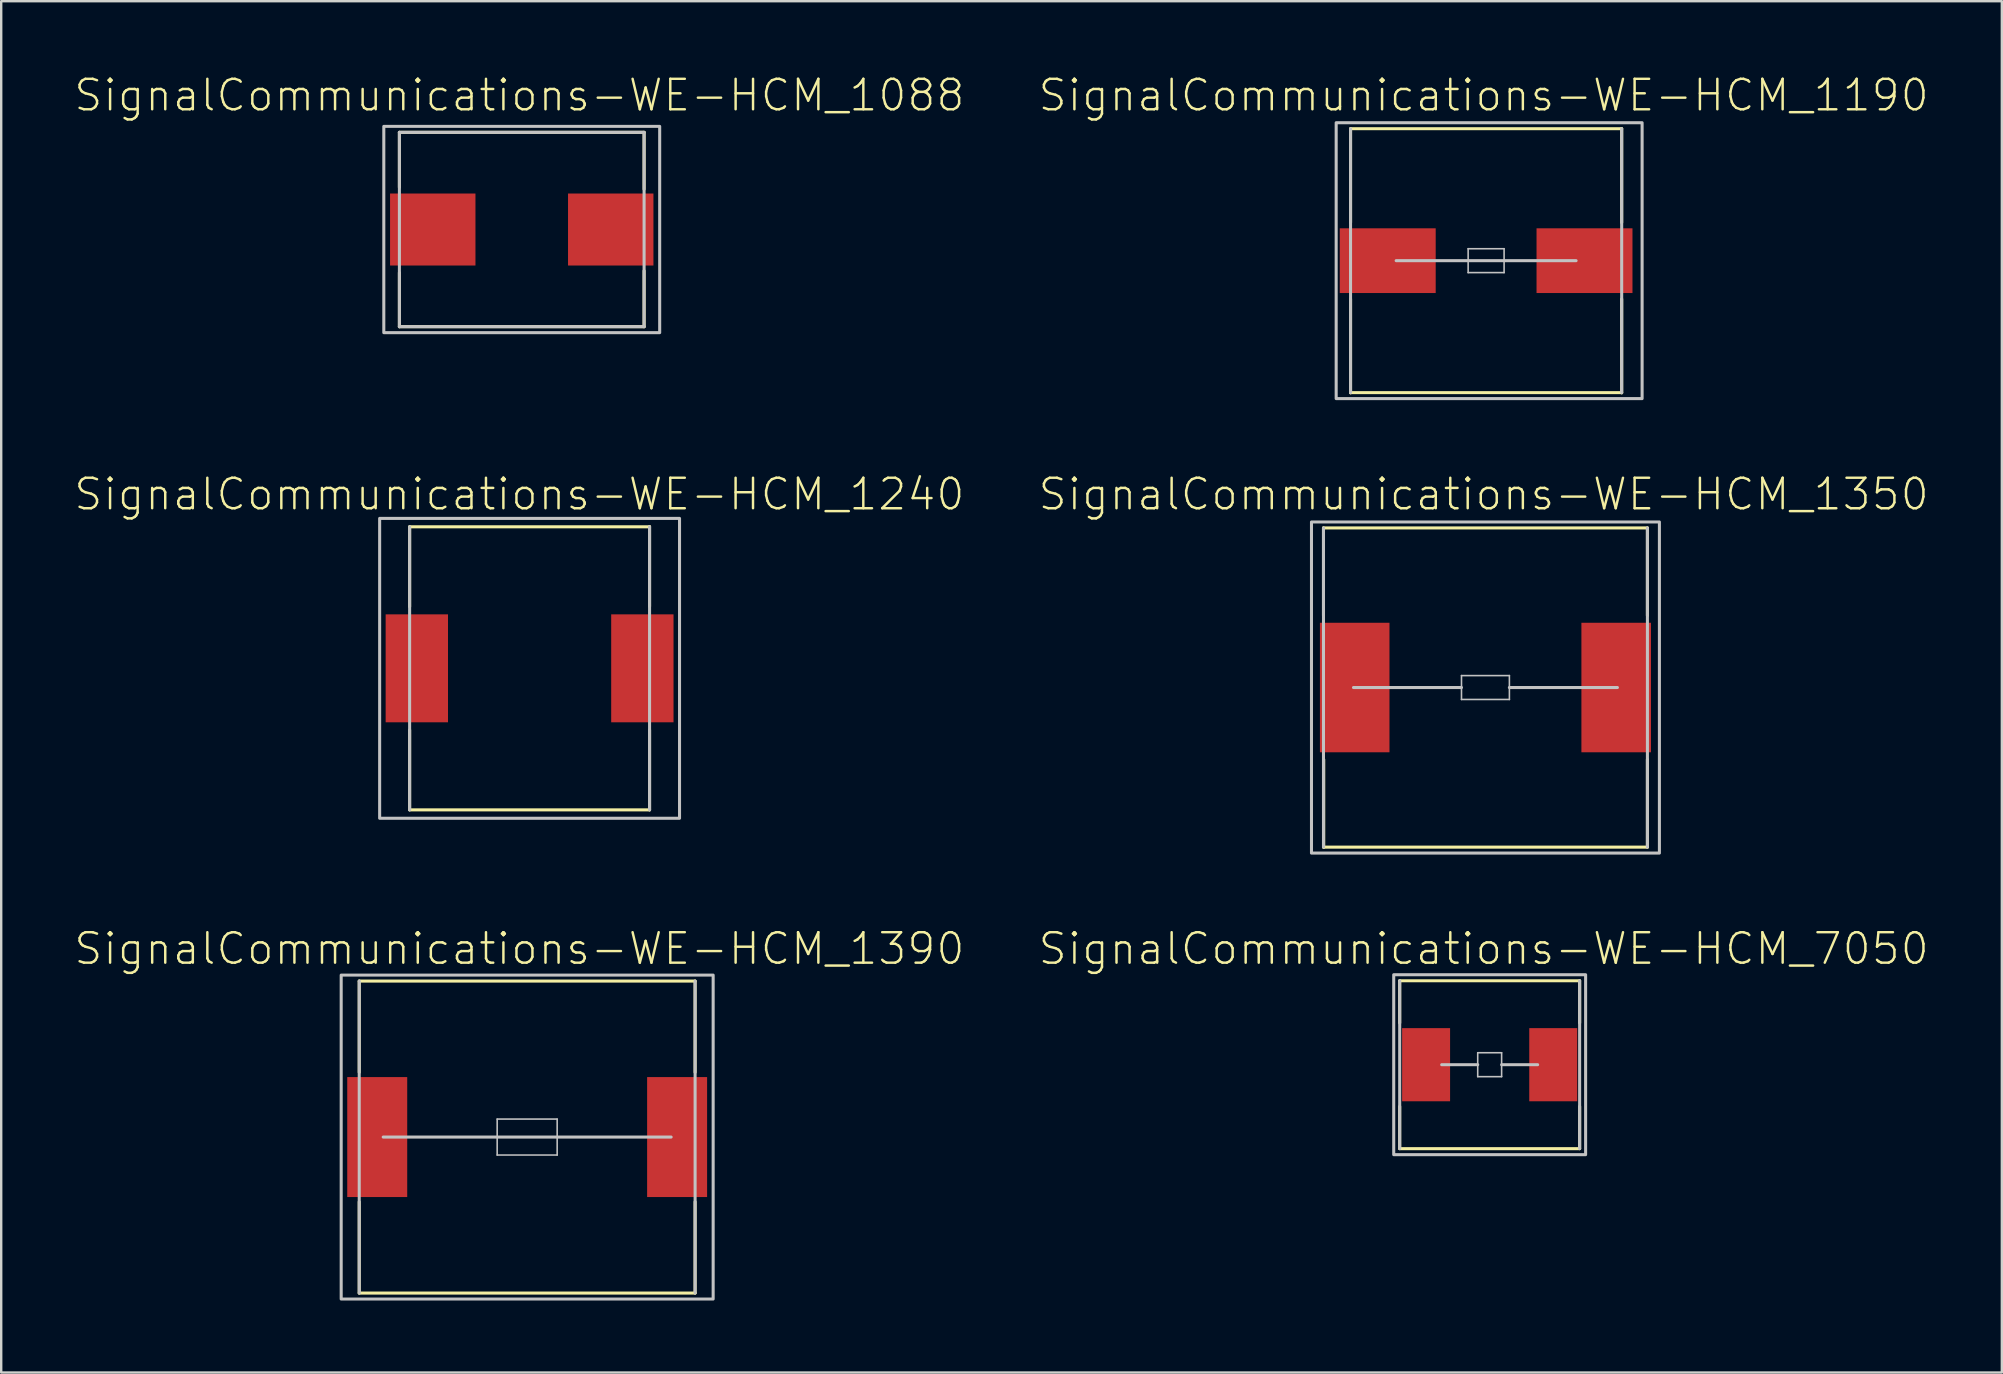
<source format=kicad_pcb>
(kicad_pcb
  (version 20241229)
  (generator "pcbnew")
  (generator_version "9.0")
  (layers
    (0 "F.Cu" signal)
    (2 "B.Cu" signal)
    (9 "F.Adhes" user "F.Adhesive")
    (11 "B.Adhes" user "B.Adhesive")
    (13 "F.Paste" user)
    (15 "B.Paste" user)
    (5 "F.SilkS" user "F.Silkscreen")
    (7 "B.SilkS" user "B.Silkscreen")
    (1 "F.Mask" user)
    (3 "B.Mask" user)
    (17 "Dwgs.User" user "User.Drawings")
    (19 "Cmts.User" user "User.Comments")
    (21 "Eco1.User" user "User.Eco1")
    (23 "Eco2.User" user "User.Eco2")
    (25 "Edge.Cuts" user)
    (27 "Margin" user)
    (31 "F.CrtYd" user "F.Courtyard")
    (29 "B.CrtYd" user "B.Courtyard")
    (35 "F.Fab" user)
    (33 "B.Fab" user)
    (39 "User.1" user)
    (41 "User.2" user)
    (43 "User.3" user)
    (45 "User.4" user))
  (footprint "SignalCommunications-WE-HCM_1190"
    (layer "F.Cu")
    (at 58.876 7.812)
    (property "Reference" "SignalCommunications-WE-HCM_1190" (at -0.102 -6.891 0) (layer "F.SilkS") (effects (font (size 1.27 1.27) (thickness 0.102))))
    (attr smd)
    (fp_line (start -5.649 -5.499) (end 5.649 -5.499) (stroke (width 0.127) (type solid)) (layer "F.SilkS"))
    (fp_line (start -5.649 -1.587) (end -5.649 -5.499) (stroke (width 0.127) (type solid)) (layer "F.SilkS"))
    (fp_line (start -5.649 5.509) (end -5.649 1.598) (stroke (width 0.127) (type solid)) (layer "F.SilkS"))
    (fp_line (start 5.649 -1.587) (end 5.649 -5.499) (stroke (width 0.127) (type solid)) (layer "F.SilkS"))
    (fp_line (start 5.649 5.499) (end -5.649 5.499) (stroke (width 0.127) (type solid)) (layer "F.SilkS"))
    (fp_line (start 5.649 5.509) (end 5.649 1.598) (stroke (width 0.127) (type solid)) (layer "F.SilkS"))
    (fp_line (start -5.649 5.499) (end -5.649 -5.499) (stroke (width 0.127) (type solid)) (layer "Dwgs.User"))
    (fp_line (start -3.749 0) (end 3.749 0) (stroke (width 0.127) (type solid)) (layer "Dwgs.User"))
    (fp_line (start -0.749 -0.498) (end 0.749 -0.498) (stroke (width 0.066) (type solid)) (layer "Dwgs.User"))
    (fp_line (start -0.749 0.498) (end -0.749 -0.498) (stroke (width 0.066) (type solid)) (layer "Dwgs.User"))
    (fp_line (start -0.749 0.498) (end 0.749 0.498) (stroke (width 0.066) (type solid)) (layer "Dwgs.User"))
    (fp_line (start 0.749 0.498) (end 0.749 -0.498) (stroke (width 0.066) (type solid)) (layer "Dwgs.User"))
    (fp_line (start 5.649 -5.499) (end 5.649 5.499) (stroke (width 0.127) (type solid)) (layer "Dwgs.User"))
    (fp_poly (pts (xy -6.248 -5.748) (xy 6.5 -5.748) (xy 6.5 5.748) (xy -6.248 5.748) (xy -6.248 -5.748)) (stroke (width 0.127) (type solid)) (fill no) (layer "Dwgs.User"))
    (pad "1" smd rect (at -4.1 0) (size 3.998 2.697) (layers "F.Cu" "F.Mask" "F.Paste"))
    (pad "2" smd rect (at 4.1 0) (size 3.998 2.697) (layers "F.Cu" "F.Mask" "F.Paste")))
  (footprint "SignalCommunications-WE-HCM_7050"
    (layer "F.Cu")
    (at 59.024 41.316)
    (property "Reference" "SignalCommunications-WE-HCM_7050" (at -0.249 -4.834 0) (layer "F.SilkS") (effects (font (size 1.27 1.27) (thickness 0.102))))
    (attr smd)
    (fp_line (start -3.749 -3.498) (end 3.749 -3.498) (stroke (width 0.127) (type solid)) (layer "F.SilkS"))
    (fp_line (start -3.749 -1.74) (end -3.749 -3.498) (stroke (width 0.127) (type solid)) (layer "F.SilkS"))
    (fp_line (start -3.749 1.74) (end -3.749 3.498) (stroke (width 0.127) (type solid)) (layer "F.SilkS"))
    (fp_line (start -3.749 3.498) (end 3.749 3.498) (stroke (width 0.127) (type solid)) (layer "F.SilkS"))
    (fp_line (start 3.749 -1.74) (end 3.749 -3.498) (stroke (width 0.127) (type solid)) (layer "F.SilkS"))
    (fp_line (start 3.749 1.74) (end 3.749 3.498) (stroke (width 0.127) (type solid)) (layer "F.SilkS"))
    (fp_line (start -3.749 -3.498) (end -3.749 3.498) (stroke (width 0.127) (type solid)) (layer "Dwgs.User"))
    (fp_line (start -1.999 0) (end -0.498 0) (stroke (width 0.127) (type solid)) (layer "Dwgs.User"))
    (fp_line (start -0.498 -0.498) (end 0.498 -0.498) (stroke (width 0.066) (type solid)) (layer "Dwgs.User"))
    (fp_line (start -0.498 0.498) (end -0.498 -0.498) (stroke (width 0.066) (type solid)) (layer "Dwgs.User"))
    (fp_line (start -0.498 0.498) (end 0.498 0.498) (stroke (width 0.066) (type solid)) (layer "Dwgs.User"))
    (fp_line (start 0.498 0) (end 1.999 0) (stroke (width 0.127) (type solid)) (layer "Dwgs.User"))
    (fp_line (start 0.498 0.498) (end 0.498 -0.498) (stroke (width 0.066) (type solid)) (layer "Dwgs.User"))
    (fp_line (start 3.749 -3.498) (end 3.749 3.498) (stroke (width 0.127) (type solid)) (layer "Dwgs.User"))
    (fp_poly (pts (xy -3.998 -3.749) (xy 3.998 -3.749) (xy 3.998 3.749) (xy -3.998 3.749) (xy -3.998 -3.749)) (stroke (width 0.127) (type solid)) (fill no) (layer "Dwgs.User"))
    (pad "1" smd rect (at -2.649 0) (size 1.999 3.048) (layers "F.Cu" "F.Mask" "F.Paste"))
    (pad "2" smd rect (at 2.649 0) (size 1.999 3.048) (layers "F.Cu" "F.Mask" "F.Paste")))
  (footprint "SignalCommunications-WE-HCM_1350"
    (layer "F.Cu")
    (at 58.848 25.599)
    (property "Reference" "SignalCommunications-WE-HCM_1350" (at -0.074 -8.054 0) (layer "F.SilkS") (effects (font (size 1.27 1.27) (thickness 0.102))))
    (attr smd)
    (fp_line (start -6.749 -6.65) (end 6.749 -6.65) (stroke (width 0.127) (type solid)) (layer "F.SilkS"))
    (fp_line (start -6.749 -3) (end -6.749 -6.65) (stroke (width 0.127) (type solid)) (layer "F.SilkS"))
    (fp_line (start -6.749 6.65) (end -6.739 6.65) (stroke (width 0.127) (type solid)) (layer "F.SilkS"))
    (fp_line (start -6.739 3) (end -6.739 6.65) (stroke (width 0.127) (type solid)) (layer "F.SilkS"))
    (fp_line (start -6.739 6.65) (end 6.749 6.65) (stroke (width 0.127) (type solid)) (layer "F.SilkS"))
    (fp_line (start 6.749 -3) (end 6.749 -6.65) (stroke (width 0.127) (type solid)) (layer "F.SilkS"))
    (fp_line (start 6.749 3) (end 6.749 6.65) (stroke (width 0.127) (type solid)) (layer "F.SilkS"))
    (fp_line (start -6.749 -6.65) (end -6.749 6.65) (stroke (width 0.127) (type solid)) (layer "Dwgs.User"))
    (fp_line (start -5.499 0) (end -0.998 0) (stroke (width 0.127) (type solid)) (layer "Dwgs.User"))
    (fp_line (start -0.998 -0.498) (end 0.998 -0.498) (stroke (width 0.066) (type solid)) (layer "Dwgs.User"))
    (fp_line (start -0.998 0.498) (end -0.998 -0.498) (stroke (width 0.066) (type solid)) (layer "Dwgs.User"))
    (fp_line (start -0.998 0.498) (end 0.998 0.498) (stroke (width 0.066) (type solid)) (layer "Dwgs.User"))
    (fp_line (start 0.998 0) (end 5.499 0) (stroke (width 0.127) (type solid)) (layer "Dwgs.User"))
    (fp_line (start 0.998 0.498) (end 0.998 -0.498) (stroke (width 0.066) (type solid)) (layer "Dwgs.User"))
    (fp_line (start 6.749 -6.65) (end 6.749 6.65) (stroke (width 0.127) (type solid)) (layer "Dwgs.User"))
    (fp_poly (pts (xy -7.249 -6.899) (xy 7.249 -6.899) (xy 7.249 6.899) (xy -7.249 6.899) (xy -7.249 -6.899)) (stroke (width 0.127) (type solid)) (fill no) (layer "Dwgs.User"))
    (pad "1" smd rect (at -5.448 0) (size 2.898 5.397) (layers "F.Cu" "F.Mask" "F.Paste"))
    (pad "2" smd rect (at 5.448 0) (size 2.898 5.397) (layers "F.Cu" "F.Mask" "F.Paste")))
  (footprint "SignalCommunications-WE-HCM_1240"
    (layer "F.Cu")
    (at 19.018 24.799)
    (property "Reference" "SignalCommunications-WE-HCM_1240" (at -0.427 -7.254 0) (layer "F.SilkS") (effects (font (size 1.27 1.27) (thickness 0.102))))
    (attr smd)
    (fp_line (start -4.999 -2.568) (end -4.999 -5.898) (stroke (width 0.127) (type solid)) (layer "F.SilkS"))
    (fp_line (start -4.999 5.898) (end -4.999 2.568) (stroke (width 0.127) (type solid)) (layer "F.SilkS"))
    (fp_line (start -4.999 5.898) (end 4.999 5.898) (stroke (width 0.127) (type solid)) (layer "F.SilkS"))
    (fp_line (start 4.999 -5.898) (end -4.999 -5.898) (stroke (width 0.127) (type solid)) (layer "F.SilkS"))
    (fp_line (start 4.999 -2.578) (end 4.999 -5.908) (stroke (width 0.127) (type solid)) (layer "F.SilkS"))
    (fp_line (start 4.999 5.898) (end 4.999 2.568) (stroke (width 0.127) (type solid)) (layer "F.SilkS"))
    (fp_line (start -4.999 -5.898) (end -4.999 5.898) (stroke (width 0.127) (type solid)) (layer "Dwgs.User"))
    (fp_line (start 4.999 5.898) (end 4.999 -5.898) (stroke (width 0.127) (type solid)) (layer "Dwgs.User"))
    (fp_poly (pts (xy -6.248 -6.248) (xy 6.248 -6.248) (xy 6.248 6.248) (xy -6.248 6.248) (xy -6.248 -6.248)) (stroke (width 0.127) (type solid)) (fill no) (layer "Dwgs.User"))
    (pad "1" smd rect (at -4.699 0) (size 2.598 4.498) (layers "F.Cu" "F.Mask" "F.Paste"))
    (pad "2" smd rect (at 4.699 0) (size 2.598 4.498) (layers "F.Cu" "F.Mask" "F.Paste")))
  (footprint "SignalCommunications-WE-HCM_1390"
    (layer "F.Cu")
    (at 18.917 44.331)
    (property "Reference" "SignalCommunications-WE-HCM_1390" (at -0.325 -7.849 0) (layer "F.SilkS") (effects (font (size 1.27 1.27) (thickness 0.102))))
    (attr smd)
    (fp_line (start -6.998 -6.5) (end 6.998 -6.5) (stroke (width 0.127) (type solid)) (layer "F.SilkS"))
    (fp_line (start -6.998 -2.697) (end -6.998 -6.5) (stroke (width 0.127) (type solid)) (layer "F.SilkS"))
    (fp_line (start -6.998 2.697) (end -6.998 6.5) (stroke (width 0.127) (type solid)) (layer "F.SilkS"))
    (fp_line (start 6.998 -2.697) (end 6.998 -6.5) (stroke (width 0.127) (type solid)) (layer "F.SilkS"))
    (fp_line (start 6.998 2.697) (end 6.998 6.5) (stroke (width 0.127) (type solid)) (layer "F.SilkS"))
    (fp_line (start 6.998 6.5) (end -6.998 6.5) (stroke (width 0.127) (type solid)) (layer "F.SilkS"))
    (fp_line (start -6.998 -6.5) (end -6.998 6.5) (stroke (width 0.127) (type solid)) (layer "Dwgs.User"))
    (fp_line (start -5.999 0) (end 5.999 0) (stroke (width 0.127) (type solid)) (layer "Dwgs.User"))
    (fp_line (start -1.25 -0.749) (end 1.25 -0.749) (stroke (width 0.066) (type solid)) (layer "Dwgs.User"))
    (fp_line (start -1.25 0.749) (end -1.25 -0.749) (stroke (width 0.066) (type solid)) (layer "Dwgs.User"))
    (fp_line (start -1.25 0.749) (end 1.25 0.749) (stroke (width 0.066) (type solid)) (layer "Dwgs.User"))
    (fp_line (start 1.25 0.749) (end 1.25 -0.749) (stroke (width 0.066) (type solid)) (layer "Dwgs.User"))
    (fp_line (start 6.998 -6.5) (end 6.998 6.5) (stroke (width 0.127) (type solid)) (layer "Dwgs.User"))
    (fp_poly (pts (xy -7.498 -6.749) (xy 7.75 -6.749) (xy 7.75 6.749) (xy -7.75 6.749) (xy -7.75 -6.749) (xy -7.249 -6.749) (xy -7.498 -6.749)) (stroke (width 0.127) (type solid)) (fill no) (layer "Dwgs.User"))
    (pad "1" smd rect (at -6.248 0) (size 2.499 4.999) (layers "F.Cu" "F.Mask" "F.Paste"))
    (pad "2" smd rect (at 6.248 0) (size 2.499 4.999) (layers "F.Cu" "F.Mask" "F.Paste")))
  (footprint "SignalCommunications-WE-HCM_1088"
    (layer "F.Cu")
    (at 18.691 6.514)
    (property "Reference" "SignalCommunications-WE-HCM_1088" (at -0.099 -5.593 0) (layer "F.SilkS") (effects (font (size 1.27 1.27) (thickness 0.102))))
    (attr smd)
    (fp_line (start -5.098 -4.049) (end 5.098 -4.049) (stroke (width 0.127) (type solid)) (layer "F.SilkS"))
    (fp_line (start -5.098 -1.758) (end -5.098 -4.049) (stroke (width 0.127) (type solid)) (layer "F.SilkS"))
    (fp_line (start -5.098 1.798) (end -5.098 4.049) (stroke (width 0.127) (type solid)) (layer "F.SilkS"))
    (fp_line (start -5.098 4.049) (end 5.098 4.049) (stroke (width 0.127) (type solid)) (layer "F.SilkS"))
    (fp_line (start 5.098 -4.049) (end 5.098 -1.679) (stroke (width 0.127) (type solid)) (layer "F.SilkS"))
    (fp_line (start 5.098 4.049) (end 5.098 1.72) (stroke (width 0.127) (type solid)) (layer "F.SilkS"))
    (fp_line (start -5.098 -4.049) (end 5.098 -4.049) (stroke (width 0.127) (type solid)) (layer "Dwgs.User"))
    (fp_line (start -5.098 4.049) (end -5.098 -4.049) (stroke (width 0.127) (type solid)) (layer "Dwgs.User"))
    (fp_line (start 5.098 -4.049) (end 5.098 4.049) (stroke (width 0.127) (type solid)) (layer "Dwgs.User"))
    (fp_line (start 5.098 4.049) (end -5.098 4.049) (stroke (width 0.127) (type solid)) (layer "Dwgs.User"))
    (fp_poly (pts (xy -5.748 -4.298) (xy 5.748 -4.298) (xy 5.748 4.298) (xy -5.748 4.298) (xy -5.748 -4.298)) (stroke (width 0.127) (type solid)) (fill no) (layer "Dwgs.User"))
    (pad "1" smd rect (at -3.708 0) (size 3.559 3) (layers "F.Cu" "F.Mask" "F.Paste"))
    (pad "2" smd rect (at 3.708 0) (size 3.559 3) (layers "F.Cu" "F.Mask" "F.Paste")))
  (gr_rect
    (start -3 -3)
    (end 80.366 54.144)
    (stroke (width 0.1) (type default))
    (fill no)
    (layer "Edge.Cuts")))
</source>
